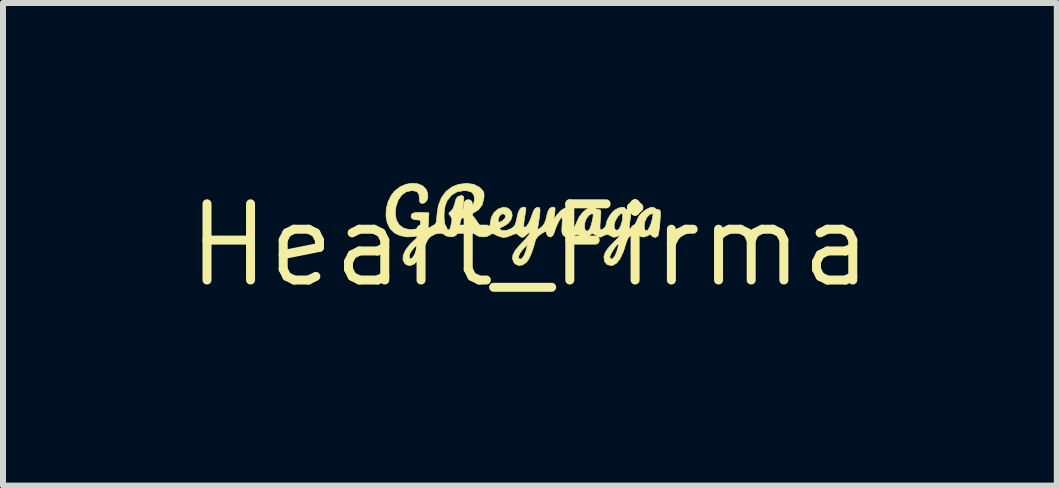
<source format=kicad_pcb>
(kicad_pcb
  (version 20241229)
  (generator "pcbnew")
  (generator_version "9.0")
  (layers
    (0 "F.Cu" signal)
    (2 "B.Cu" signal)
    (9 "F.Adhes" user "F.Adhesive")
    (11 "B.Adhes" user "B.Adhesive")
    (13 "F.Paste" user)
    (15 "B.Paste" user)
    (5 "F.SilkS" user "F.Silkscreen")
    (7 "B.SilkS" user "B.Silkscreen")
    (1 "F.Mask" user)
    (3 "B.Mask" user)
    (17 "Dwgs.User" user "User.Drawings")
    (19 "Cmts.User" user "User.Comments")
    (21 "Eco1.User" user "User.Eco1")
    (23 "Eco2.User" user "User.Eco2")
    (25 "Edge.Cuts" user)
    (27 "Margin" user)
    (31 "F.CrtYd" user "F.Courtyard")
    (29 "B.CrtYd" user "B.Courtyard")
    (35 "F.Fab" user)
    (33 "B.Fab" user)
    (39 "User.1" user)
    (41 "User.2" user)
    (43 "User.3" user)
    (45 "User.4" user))
  (footprint "Heart_Firma"
    (layer "F.Cu")
    (at 5.783 1.038)
    (property "Reference" "Heart_Firma" (at 0 0 0) (layer "F.SilkS") (effects (font (size 1.27 1.27) (thickness 0.15))))
    (attr through_hole)
    (fp_poly (pts (xy -1.876 -1.026) (xy -1.795 -0.995) (xy -1.734 -0.938) (xy -1.704 -0.869) (xy -1.701 -0.795) (xy -1.723 -0.737) (xy -1.764 -0.703) (xy -1.788 -0.699) (xy -1.823 -0.703) (xy -1.838 -0.726) (xy -1.841 -0.779) (xy -1.841 -0.779) (xy -1.851 -0.852) (xy -1.883 -0.894) (xy -1.946 -0.909) (xy -1.972 -0.91) (xy -2.062 -0.891) (xy -2.138 -0.835) (xy -2.196 -0.75) (xy -2.233 -0.64) (xy -2.244 -0.527) (xy -2.226 -0.42) (xy -2.176 -0.337) (xy -2.099 -0.282) (xy -2.002 -0.26) (xy -1.908 -0.269) (xy -1.855 -0.287) (xy -1.832 -0.315) (xy -1.824 -0.355) (xy -1.823 -0.401) (xy -1.84 -0.42) (xy -1.886 -0.423) (xy -1.891 -0.423) (xy -1.95 -0.435) (xy -1.981 -0.465) (xy -1.976 -0.507) (xy -1.966 -0.522) (xy -1.932 -0.54) (xy -1.869 -0.547) (xy -1.812 -0.546) (xy -1.683 -0.54) (xy -1.69 -0.404) (xy -1.697 -0.269) (xy -1.626 -0.313) (xy -1.588 -0.34) (xy -1.567 -0.368) (xy -1.556 -0.41) (xy -1.551 -0.476) (xy -1.431 -0.476) (xy -1.425 -0.389) (xy -1.408 -0.317) (xy -1.383 -0.269) (xy -1.354 -0.254) (xy -1.334 -0.271) (xy -1.326 -0.291) (xy -1.306 -0.373) (xy -1.299 -0.426) (xy -1.307 -0.462) (xy -1.327 -0.491) (xy -1.351 -0.523) (xy -1.345 -0.545) (xy -1.317 -0.568) (xy -1.281 -0.613) (xy -1.258 -0.674) (xy -1.257 -0.677) (xy -1.236 -0.759) (xy -1.208 -0.806) (xy -1.168 -0.824) (xy -1.15 -0.826) (xy -1.119 -0.823) (xy -1.104 -0.81) (xy -1.101 -0.776) (xy -1.107 -0.709) (xy -1.107 -0.709) (xy -1.112 -0.642) (xy -1.109 -0.607) (xy -1.095 -0.594) (xy -1.079 -0.593) (xy -1.037 -0.606) (xy -0.987 -0.638) (xy -0.981 -0.643) (xy -0.937 -0.695) (xy -0.923 -0.761) (xy -0.923 -0.772) (xy -0.935 -0.842) (xy -0.974 -0.886) (xy -1.044 -0.907) (xy -1.102 -0.91) (xy -1.214 -0.891) (xy -1.308 -0.834) (xy -1.38 -0.743) (xy -1.386 -0.73) (xy -1.413 -0.655) (xy -1.428 -0.568) (xy -1.431 -0.476) (xy -1.551 -0.476) (xy -1.551 -0.479) (xy -1.55 -0.499) (xy -1.527 -0.658) (xy -1.474 -0.793) (xy -1.394 -0.901) (xy -1.288 -0.978) (xy -1.188 -1.015) (xy -1.052 -1.032) (xy -0.934 -1.015) (xy -0.838 -0.964) (xy -0.824 -0.951) (xy -0.784 -0.909) (xy -0.766 -0.871) (xy -0.764 -0.819) (xy -0.767 -0.782) (xy -0.795 -0.674) (xy -0.856 -0.592) (xy -0.942 -0.538) (xy -0.977 -0.519) (xy -0.982 -0.509) (xy -0.979 -0.509) (xy -0.954 -0.492) (xy -0.917 -0.448) (xy -0.877 -0.39) (xy -0.825 -0.315) (xy -0.785 -0.273) (xy -0.749 -0.259) (xy -0.71 -0.269) (xy -0.702 -0.273) (xy -0.669 -0.311) (xy -0.66 -0.367) (xy -0.651 -0.419) (xy -0.529 -0.419) (xy -0.522 -0.387) (xy -0.496 -0.386) (xy -0.449 -0.414) (xy -0.411 -0.455) (xy -0.406 -0.495) (xy -0.437 -0.523) (xy -0.437 -0.523) (xy -0.475 -0.518) (xy -0.509 -0.484) (xy -0.528 -0.434) (xy -0.529 -0.419) (xy -0.651 -0.419) (xy -0.643 -0.462) (xy -0.598 -0.545) (xy -0.531 -0.602) (xy -0.53 -0.603) (xy -0.452 -0.631) (xy -0.387 -0.626) (xy -0.343 -0.602) (xy -0.303 -0.552) (xy -0.295 -0.489) (xy -0.317 -0.423) (xy -0.364 -0.363) (xy -0.433 -0.319) (xy -0.447 -0.313) (xy -0.496 -0.29) (xy -0.503 -0.268) (xy -0.468 -0.249) (xy -0.455 -0.245) (xy -0.389 -0.247) (xy -0.324 -0.272) (xy -0.28 -0.298) (xy -0.253 -0.329) (xy -0.234 -0.378) (xy -0.219 -0.444) (xy -0.196 -0.539) (xy -0.17 -0.598) (xy -0.137 -0.628) (xy -0.1 -0.635) (xy -0.074 -0.63) (xy -0.066 -0.607) (xy -0.073 -0.556) (xy -0.093 -0.433) (xy -0.102 -0.349) (xy -0.099 -0.305) (xy -0.09 -0.296) (xy -0.056 -0.314) (xy -0.02 -0.367) (xy 0.019 -0.459) (xy 0.031 -0.493) (xy 0.06 -0.569) (xy 0.086 -0.612) (xy 0.115 -0.63) (xy 0.123 -0.631) (xy 0.156 -0.629) (xy 0.168 -0.601) (xy 0.169 -0.577) (xy 0.165 -0.522) (xy 0.155 -0.445) (xy 0.147 -0.393) (xy 0.136 -0.327) (xy 0.13 -0.28) (xy 0.131 -0.264) (xy 0.15 -0.272) (xy 0.188 -0.298) (xy 0.195 -0.304) (xy 0.239 -0.354) (xy 0.261 -0.413) (xy 0.381 -0.413) (xy 0.392 -0.402) (xy 0.402 -0.413) (xy 0.392 -0.423) (xy 0.381 -0.413) (xy 0.261 -0.413) (xy 0.267 -0.428) (xy 0.275 -0.464) (xy 0.297 -0.554) (xy 0.324 -0.607) (xy 0.36 -0.632) (xy 0.386 -0.635) (xy 0.411 -0.631) (xy 0.42 -0.611) (xy 0.418 -0.565) (xy 0.414 -0.534) (xy 0.4 -0.434) (xy 0.456 -0.512) (xy 0.517 -0.578) (xy 0.579 -0.618) (xy 0.635 -0.626) (xy 0.67 -0.609) (xy 0.687 -0.586) (xy 0.693 -0.555) (xy 0.689 -0.504) (xy 0.676 -0.425) (xy 0.665 -0.35) (xy 0.661 -0.291) (xy 0.664 -0.261) (xy 0.664 -0.26) (xy 0.694 -0.255) (xy 0.729 -0.284) (xy 0.75 -0.318) (xy 0.91 -0.318) (xy 0.916 -0.269) (xy 0.935 -0.239) (xy 0.963 -0.237) (xy 0.992 -0.261) (xy 1.008 -0.294) (xy 1.026 -0.35) (xy 1.042 -0.415) (xy 1.053 -0.474) (xy 1.055 -0.513) (xy 1.053 -0.521) (xy 1.024 -0.524) (xy 0.985 -0.499) (xy 0.949 -0.456) (xy 0.941 -0.443) (xy 0.917 -0.379) (xy 0.91 -0.318) (xy 0.75 -0.318) (xy 0.763 -0.34) (xy 0.782 -0.387) (xy 0.821 -0.47) (xy 0.875 -0.541) (xy 0.937 -0.596) (xy 1 -0.629) (xy 1.055 -0.633) (xy 1.086 -0.616) (xy 1.126 -0.596) (xy 1.149 -0.593) (xy 1.169 -0.59) (xy 1.18 -0.575) (xy 1.183 -0.539) (xy 1.179 -0.475) (xy 1.175 -0.423) (xy 1.169 -0.345) (xy 1.169 -0.286) (xy 1.172 -0.256) (xy 1.174 -0.254) (xy 1.22 -0.27) (xy 1.258 -0.306) (xy 1.268 -0.336) (xy 1.404 -0.336) (xy 1.411 -0.278) (xy 1.42 -0.263) (xy 1.452 -0.247) (xy 1.484 -0.268) (xy 1.514 -0.322) (xy 1.538 -0.402) (xy 1.541 -0.418) (xy 1.548 -0.492) (xy 1.539 -0.528) (xy 1.513 -0.525) (xy 1.47 -0.484) (xy 1.464 -0.475) (xy 1.423 -0.406) (xy 1.404 -0.336) (xy 1.268 -0.336) (xy 1.27 -0.34) (xy 1.285 -0.407) (xy 1.324 -0.483) (xy 1.376 -0.552) (xy 1.424 -0.593) (xy 1.483 -0.621) (xy 1.538 -0.634) (xy 1.576 -0.63) (xy 1.587 -0.614) (xy 1.605 -0.596) (xy 1.629 -0.593) (xy 1.662 -0.588) (xy 1.68 -0.568) (xy 1.683 -0.524) (xy 1.675 -0.45) (xy 1.671 -0.424) (xy 1.661 -0.353) (xy 1.658 -0.301) (xy 1.661 -0.279) (xy 1.684 -0.282) (xy 1.718 -0.311) (xy 1.727 -0.322) (xy 1.905 -0.322) (xy 1.913 -0.262) (xy 1.934 -0.238) (xy 1.962 -0.25) (xy 1.993 -0.294) (xy 2.021 -0.366) (xy 2.045 -0.457) (xy 2.053 -0.512) (xy 2.044 -0.529) (xy 1.992 -0.51) (xy 1.947 -0.46) (xy 1.915 -0.39) (xy 1.905 -0.322) (xy 1.727 -0.322) (xy 1.753 -0.353) (xy 1.781 -0.4) (xy 1.788 -0.423) (xy 1.814 -0.479) (xy 1.86 -0.535) (xy 1.919 -0.583) (xy 1.98 -0.618) (xy 2.035 -0.634) (xy 2.075 -0.626) (xy 2.084 -0.616) (xy 2.115 -0.597) (xy 2.14 -0.593) (xy 2.16 -0.59) (xy 2.171 -0.578) (xy 2.176 -0.548) (xy 2.175 -0.493) (xy 2.169 -0.405) (xy 2.168 -0.386) (xy 2.16 -0.295) (xy 2.149 -0.218) (xy 2.138 -0.167) (xy 2.133 -0.153) (xy 2.092 -0.129) (xy 2.047 -0.143) (xy 2.033 -0.158) (xy 2.009 -0.177) (xy 1.98 -0.17) (xy 1.957 -0.156) (xy 1.894 -0.135) (xy 1.835 -0.151) (xy 1.799 -0.192) (xy 1.783 -0.216) (xy 1.763 -0.219) (xy 1.727 -0.2) (xy 1.703 -0.185) (xy 1.64 -0.126) (xy 1.608 -0.053) (xy 1.56 0.103) (xy 1.506 0.22) (xy 1.446 0.298) (xy 1.383 0.335) (xy 1.356 0.339) (xy 1.287 0.322) (xy 1.246 0.274) (xy 1.234 0.203) (xy 1.235 0.194) (xy 1.333 0.194) (xy 1.344 0.227) (xy 1.37 0.229) (xy 1.401 0.202) (xy 1.424 0.164) (xy 1.449 0.102) (xy 1.467 0.042) (xy 1.476 -0.003) (xy 1.472 -0.021) (xy 1.472 -0.021) (xy 1.45 -0.004) (xy 1.417 0.037) (xy 1.382 0.091) (xy 1.352 0.145) (xy 1.335 0.185) (xy 1.333 0.194) (xy 1.235 0.194) (xy 1.238 0.175) (xy 1.258 0.118) (xy 1.3 0.055) (xy 1.371 -0.023) (xy 1.378 -0.03) (xy 1.435 -0.088) (xy 1.478 -0.133) (xy 1.501 -0.159) (xy 1.503 -0.162) (xy 1.486 -0.159) (xy 1.451 -0.145) (xy 1.403 -0.132) (xy 1.356 -0.149) (xy 1.345 -0.156) (xy 1.305 -0.178) (xy 1.271 -0.178) (xy 1.225 -0.157) (xy 1.177 -0.136) (xy 1.144 -0.138) (xy 1.101 -0.166) (xy 1.099 -0.167) (xy 1.051 -0.194) (xy 1.026 -0.189) (xy 1.026 -0.189) (xy 0.981 -0.153) (xy 0.917 -0.14) (xy 0.85 -0.154) (xy 0.844 -0.157) (xy 0.794 -0.176) (xy 0.753 -0.171) (xy 0.725 -0.157) (xy 0.652 -0.13) (xy 0.595 -0.137) (xy 0.56 -0.163) (xy 0.54 -0.192) (xy 0.532 -0.234) (xy 0.534 -0.302) (xy 0.536 -0.332) (xy 0.54 -0.401) (xy 0.538 -0.449) (xy 0.53 -0.466) (xy 0.511 -0.448) (xy 0.483 -0.402) (xy 0.453 -0.341) (xy 0.426 -0.275) (xy 0.412 -0.228) (xy 0.386 -0.166) (xy 0.351 -0.137) (xy 0.311 -0.145) (xy 0.307 -0.148) (xy 0.28 -0.184) (xy 0.275 -0.204) (xy 0.272 -0.226) (xy 0.256 -0.229) (xy 0.219 -0.21) (xy 0.179 -0.185) (xy 0.129 -0.142) (xy 0.096 -0.095) (xy 0.093 -0.085) (xy 0.061 0.032) (xy 0.023 0.14) (xy -0.017 0.227) (xy -0.056 0.283) (xy -0.057 0.284) (xy -0.122 0.328) (xy -0.188 0.337) (xy -0.245 0.311) (xy -0.266 0.287) (xy -0.29 0.227) (xy -0.285 0.181) (xy -0.187 0.181) (xy -0.187 0.218) (xy -0.16 0.233) (xy -0.159 0.233) (xy -0.129 0.216) (xy -0.099 0.175) (xy -0.071 0.108) (xy -0.055 0.053) (xy -0.041 -0.011) (xy -0.116 0.068) (xy -0.163 0.128) (xy -0.187 0.181) (xy -0.285 0.181) (xy -0.283 0.162) (xy -0.244 0.087) (xy -0.17 -0.002) (xy -0.135 -0.038) (xy -0.075 -0.101) (xy -0.029 -0.156) (xy -0.003 -0.193) (xy 0 -0.202) (xy -0.012 -0.21) (xy -0.045 -0.186) (xy -0.052 -0.179) (xy -0.101 -0.138) (xy -0.138 -0.131) (xy -0.177 -0.157) (xy -0.186 -0.165) (xy -0.213 -0.188) (xy -0.239 -0.192) (xy -0.281 -0.178) (xy -0.308 -0.166) (xy -0.391 -0.135) (xy -0.458 -0.131) (xy -0.528 -0.153) (xy -0.555 -0.166) (xy -0.606 -0.19) (xy -0.636 -0.193) (xy -0.661 -0.176) (xy -0.666 -0.172) (xy -0.717 -0.146) (xy -0.788 -0.139) (xy -0.859 -0.151) (xy -0.908 -0.178) (xy -0.943 -0.218) (xy -0.985 -0.28) (xy -1.015 -0.329) (xy -1.065 -0.412) (xy -1.104 -0.454) (xy -1.132 -0.456) (xy -1.153 -0.419) (xy -1.17 -0.34) (xy -1.173 -0.319) (xy -1.192 -0.227) (xy -1.225 -0.171) (xy -1.275 -0.144) (xy -1.32 -0.14) (xy -1.398 -0.156) (xy -1.456 -0.197) (xy -1.498 -0.233) (xy -1.528 -0.253) (xy -1.532 -0.254) (xy -1.564 -0.242) (xy -1.612 -0.211) (xy -1.665 -0.171) (xy -1.71 -0.132) (xy -1.734 -0.102) (xy -1.736 -0.096) (xy -1.742 -0.063) (xy -1.757 -0.002) (xy -1.778 0.07) (xy -1.823 0.18) (xy -1.877 0.264) (xy -1.938 0.318) (xy -2 0.34) (xy -2.059 0.325) (xy -2.083 0.305) (xy -2.116 0.245) (xy -2.113 0.18) (xy -2.011 0.18) (xy -2.002 0.223) (xy -1.979 0.228) (xy -1.945 0.194) (xy -1.938 0.184) (xy -1.911 0.128) (xy -1.893 0.062) (xy -1.88 -0.011) (xy -1.946 0.059) (xy -1.987 0.115) (xy -2.01 0.168) (xy -2.011 0.18) (xy -2.113 0.18) (xy -2.112 0.17) (xy -2.074 0.084) (xy -2.002 -0.01) (xy -1.921 -0.089) (xy -1.831 -0.167) (xy -1.926 -0.146) (xy -2.042 -0.138) (xy -2.161 -0.16) (xy -2.256 -0.204) (xy -2.33 -0.276) (xy -2.378 -0.373) (xy -2.399 -0.487) (xy -2.394 -0.608) (xy -2.363 -0.728) (xy -2.306 -0.839) (xy -2.256 -0.901) (xy -2.168 -0.971) (xy -2.07 -1.015) (xy -1.971 -1.033) (xy -1.876 -1.026)) (stroke (width 0.01) (type solid)) (fill yes) (layer "F.SilkS")))
  (gr_rect
    (start -3 -3)
    (end 14.566 5.045)
    (stroke (width 0.1) (type default))
    (fill no)
    (layer "Edge.Cuts")))
</source>
